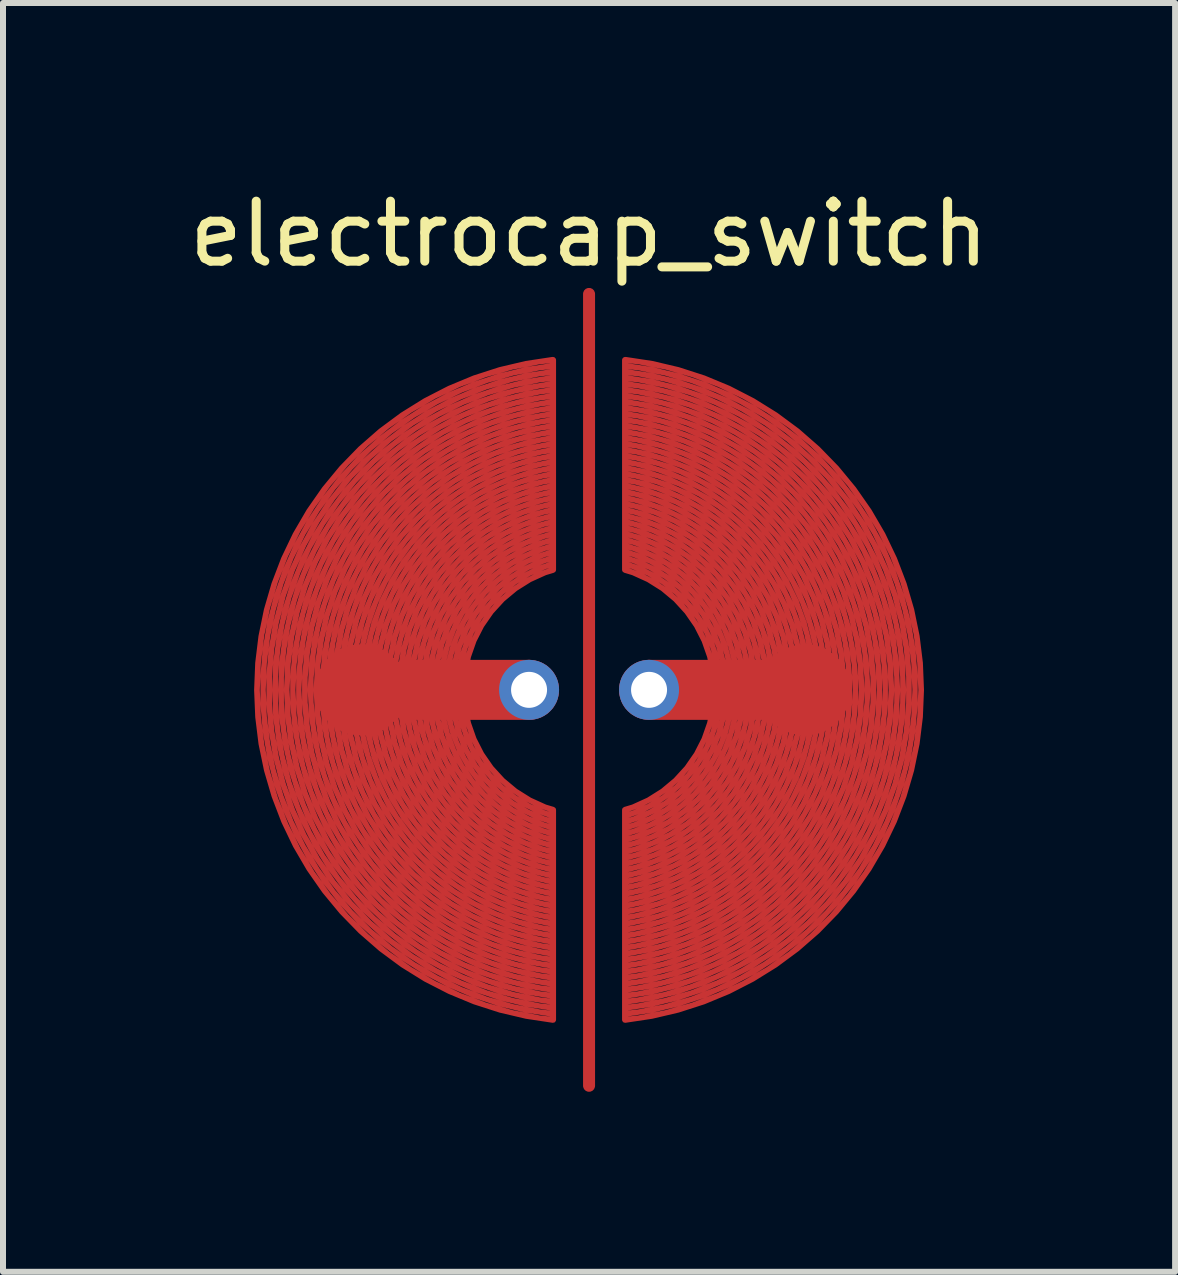
<source format=kicad_pcb>
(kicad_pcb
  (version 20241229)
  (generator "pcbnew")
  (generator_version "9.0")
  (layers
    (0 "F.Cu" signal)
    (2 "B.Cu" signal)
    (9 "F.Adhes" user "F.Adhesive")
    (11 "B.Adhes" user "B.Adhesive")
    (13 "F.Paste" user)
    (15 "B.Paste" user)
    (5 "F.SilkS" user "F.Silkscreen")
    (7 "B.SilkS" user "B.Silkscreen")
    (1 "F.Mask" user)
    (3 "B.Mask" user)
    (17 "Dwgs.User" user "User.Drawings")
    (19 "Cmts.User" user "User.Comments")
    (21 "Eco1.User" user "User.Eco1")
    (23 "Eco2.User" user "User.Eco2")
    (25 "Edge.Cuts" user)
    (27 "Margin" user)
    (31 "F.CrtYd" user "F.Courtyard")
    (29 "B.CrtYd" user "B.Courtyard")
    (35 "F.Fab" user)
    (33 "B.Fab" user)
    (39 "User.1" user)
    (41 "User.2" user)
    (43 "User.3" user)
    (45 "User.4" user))
  (footprint "electrocap_switch"
    (layer "F.Cu")
    (at 6.768 8.448)
    (property "Reference" "electrocap_switch" (at 0 -7.6 0) (layer "F.SilkS") (effects (font (size 1 1) (thickness 0.15))))
    (attr through_hole)
    (pad "" smd circle (at -1 0) (size 0.55 0.55) (layers "F.Mask" "B.Cu"))
    (pad "" smd circle (at 0 0) (size 0.1 0.1) (layers "F.Cu" "F.Paste"))
    (pad "" smd circle (at 1 0) (size 0.55 0.55) (layers "F.Mask" "B.Cu"))
    (pad "1" smd custom (at 0 0) (size 0.15 0.15) (layers "F.Cu") (options (anchor circle)) (primitives (gr_line (start 0 -6.6) (end 0 6.6) (width 0.2))))
    (pad "2" smd custom (at -3.8 0) (size 1.524 1.524) (layers "F.Cu") (options (anchor circle)) (primitives (gr_arc (start 3.2 3) (mid 0.740589 0.002139) (end 3.195805 -2.999158) (width 0.1)) (gr_line (start 3.2 5.5) (end 3.2 2) (width 0.1)) (gr_line (start 3.2 -5.5) (end 3.2 -2) (width 0.1)) (gr_arc (start 3.2 2) (mid 1.711939 0.000028) (end 3.199947 -1.999984) (width 0.1)) (gr_arc (start 3.2 2.1) (mid 1.615967 0.000175) (end 3.199663 -2.099904) (width 0.1)) (gr_arc (start 3.2 2.2) (mid 1.51965 0.001786) (end 3.196554 -2.199057) (width 0.1)) (gr_arc (start 3.2 2.3) (mid 1.423027 0.001208) (end 3.197662 -2.299389) (width 0.1)) (gr_arc (start 3.2 2.4) (mid 1.326137 0.000594) (end 3.198848 -2.399712) (width 0.1)) (gr_arc (start 3.2 2.5) (mid 1.229008 0.000191) (end 3.199628 -2.499911) (width 0.1)) (gr_arc (start 3.2 2.6) (mid 1.131667 0.000251) (end 3.199511 -2.599887) (width 0.1)) (gr_arc (start 3.2 2.7) (mid 1.034137 0.001023) (end 3.198003 -2.699555) (width 0.1)) (gr_arc (start 3.2 2.8) (mid 0.936436 0.000262) (end 3.199488 -2.79989) (width 0.1)) (gr_arc (start 3.2 2.9) (mid 0.838581 0.000549) (end 3.198924 -2.899777) (width 0.1)) (gr_arc (start 3.2 3.1) (mid 0.64247 0.002532) (end 3.19503 -3.099034) (width 0.1)) (gr_arc (start 3.2 3.2) (mid 0.544236 0.001724) (end 3.196611 -3.199363) (width 0.1)) (gr_arc (start 3.2 3.3) (mid 0.445899 0.002644) (end 3.194799 -3.29905) (width 0.1)) (gr_arc (start 3.2 3.4) (mid 0.347466 0.002532) (end 3.195014 -3.399116) (width 0.1)) (gr_arc (start 3.2 3.5) (mid 0.248944 0.00139) (end 3.197261 -3.499529) (width 0.1)) (gr_arc (start 3.2 3.6) (mid 0.150343 0.0024) (end 3.195266 -3.599208) (width 0.1)) (gr_arc (start 3.2 3.7) (mid 0.051668 0.00255) (end 3.194967 -3.69918) (width 0.1)) (gr_arc (start 3.2 3.8) (mid -0.047076 0.001838) (end 3.196369 -3.799425) (width 0.1)) (gr_arc (start 3.2 3.9) (mid -0.145884 0.000264) (end 3.199478 -3.89992) (width 0.1)) (gr_arc (start 3.2 4) (mid -0.244749 0.001358) (end 3.197315 -3.999596) (width 0.1)) (gr_arc (start 3.2 4.1) (mid -0.343669 0.001761) (end 3.196515 -4.099489) (width 0.1)) (gr_arc (start 3.2 4.2) (mid -0.44264 0.001473) (end 3.197083 -4.199582) (width 0.1)) (gr_arc (start 3.2 4.3) (mid -0.541659 0.000495) (end 3.19902 -4.299863) (width 0.1)) (gr_arc (start 3.2 4.4) (mid -0.64072 0.0027) (end 3.19465 -4.399267) (width 0.1)) (gr_arc (start 3.2 5.5) (mid -1.73263 0.002334) (end 3.19536 -5.499492) (width 0.1)) (gr_arc (start 3.2 5.4) (mid -1.633231 0.00093) (end 3.198151 -5.399794) (width 0.1)) (gr_arc (start 3.2 5.3) (mid -1.533853 0.003834) (end 3.192381 -5.299132) (width 0.1)) (gr_arc (start 3.2 5.2) (mid -1.434501 0.001649) (end 3.196723 -5.199621) (width 0.1)) (gr_arc (start 3.2 5.1) (mid -1.335172 0.003599) (end 3.192851 -5.099154) (width 0.1)) (gr_arc (start 3.2 5) (mid -1.235871 0.000635) (end 3.198739 -4.999848) (width 0.1)) (gr_arc (start 3.2 4.9) (mid -1.136598 0.001632) (end 3.19676 -4.899602) (width 0.1)) (gr_arc (start 3.2 4.8) (mid -1.037354 0.002109) (end 3.195814 -4.799475) (width 0.1)) (gr_arc (start 3.2 4.7) (mid -0.938143 0.002067) (end 3.1959 -4.699475) (width 0.1)) (gr_arc (start 3.2 4.6) (mid -0.838965 0.001505) (end 3.197015 -4.59961) (width 0.1)) (gr_arc (start 3.2 4.5) (mid -0.739824 0.000424) (end 3.199159 -4.499888) (width 0.1)) (gr_line (start 2.8 0) (end 0.8 0) (width 1))))
    (pad "2" thru_hole circle (at -1 0) (size 1 1) (drill 0.6) (layers "*.Cu" "B.Mask"))
    (pad "3" thru_hole circle (at 1 0) (size 1 1) (drill 0.6) (layers "*.Cu" "B.Mask"))
    (pad "3" smd custom (at 3.6 0) (size 1.524 1.524) (layers "F.Cu") (options (anchor circle)) (primitives (gr_arc (start -2.99902 -4.299863) (mid 0.741659 0.000495) (end -3 4.3) (width 0.1)) (gr_arc (start -2.99465 -4.399267) (mid 0.84072 0.0027) (end -3 4.4) (width 0.1)) (gr_arc (start -2.999159 -4.499888) (mid 0.939824 0.000424) (end -3 4.5) (width 0.1)) (gr_arc (start -2.997015 -4.59961) (mid 1.038965 0.001505) (end -3 4.6) (width 0.1)) (gr_arc (start -2.9959 -4.699475) (mid 1.138143 0.002067) (end -3 4.7) (width 0.1)) (gr_arc (start -2.995814 -4.799475) (mid 1.237354 0.002109) (end -3 4.8) (width 0.1)) (gr_arc (start -2.99676 -4.899602) (mid 1.336598 0.001632) (end -3 4.9) (width 0.1)) (gr_arc (start -2.998739 -4.999848) (mid 1.435871 0.000635) (end -3 5) (width 0.1)) (gr_arc (start -2.992851 -5.099154) (mid 1.535172 0.003599) (end -3 5.1) (width 0.1)) (gr_arc (start -2.996723 -5.199621) (mid 1.634501 0.001649) (end -3 5.2) (width 0.1)) (gr_arc (start -2.992381 -5.299132) (mid 1.733853 0.003834) (end -3 5.3) (width 0.1)) (gr_arc (start -2.998151 -5.399794) (mid 1.833231 0.00093) (end -3 5.4) (width 0.1)) (gr_arc (start -2.99536 -5.499492) (mid 1.93263 0.002334) (end -3 5.5) (width 0.1)) (gr_arc (start -2.997083 -4.199582) (mid 0.64264 0.001473) (end -3 4.2) (width 0.1)) (gr_arc (start -2.996515 -4.099489) (mid 0.54367 0.001761) (end -3 4.1) (width 0.1)) (gr_arc (start -2.997315 -3.999596) (mid 0.444749 0.001358) (end -3 4) (width 0.1)) (gr_arc (start -2.999478 -3.89992) (mid 0.345884 0.000264) (end -3 3.9) (width 0.1)) (gr_arc (start -2.996369 -3.799425) (mid 0.247076 0.001838) (end -3 3.8) (width 0.1)) (gr_arc (start -2.994967 -3.69918) (mid 0.148332 0.00255) (end -3 3.7) (width 0.1)) (gr_arc (start -2.995266 -3.599208) (mid 0.049657 0.0024) (end -3 3.6) (width 0.1)) (gr_arc (start -2.997261 -3.499529) (mid -0.048944 0.00139) (end -3 3.5) (width 0.1)) (gr_arc (start -2.995014 -3.399116) (mid -0.147466 0.002532) (end -3 3.4) (width 0.1)) (gr_arc (start -2.994799 -3.29905) (mid -0.245899 0.002644) (end -3 3.3) (width 0.1)) (gr_arc (start -2.996611 -3.199363) (mid -0.344236 0.001724) (end -3 3.2) (width 0.1)) (gr_arc (start -2.99503 -3.099034) (mid -0.44247 0.002532) (end -3 3.1) (width 0.1)) (gr_arc (start -2.995805 -2.999158) (mid -0.540589 0.002139) (end -3 3) (width 0.1)) (gr_arc (start -2.998924 -2.899777) (mid -0.638582 0.000549) (end -3 2.9) (width 0.1)) (gr_line (start -3 -5.5) (end -3 -2) (width 0.1)) (gr_arc (start -2.998003 -2.699555) (mid -0.834137 0.001023) (end -3 2.7) (width 0.1)) (gr_arc (start -2.999511 -2.599887) (mid -0.931667 0.000251) (end -3 2.6) (width 0.1)) (gr_arc (start -2.999628 -2.499911) (mid -1.029008 0.000191) (end -3 2.5) (width 0.1)) (gr_arc (start -2.998848 -2.399712) (mid -1.126136 0.000594) (end -3 2.4) (width 0.1)) (gr_arc (start -2.997662 -2.299389) (mid -1.223027 0.001208) (end -3 2.3) (width 0.1)) (gr_arc (start -2.996554 -2.199057) (mid -1.31965 0.001786) (end -3 2.2) (width 0.1)) (gr_arc (start -2.999663 -2.099904) (mid -1.415967 0.000175) (end -3 2.1) (width 0.1)) (gr_arc (start -2.999947 -1.999984) (mid -1.511939 0.000028) (end -3 2) (width 0.1)) (gr_line (start -3 5.5) (end -3 2) (width 0.1)) (gr_arc (start -2.999488 -2.79989) (mid -0.736436 0.000262) (end -3 2.8) (width 0.1)) (gr_line (start -2.6 0) (end -0.6 0) (width 1)))))
  (gr_rect
    (start -3 -3)
    (end 16.536 18.148)
    (stroke (width 0.1) (type default))
    (fill no)
    (layer "Edge.Cuts")))
</source>
